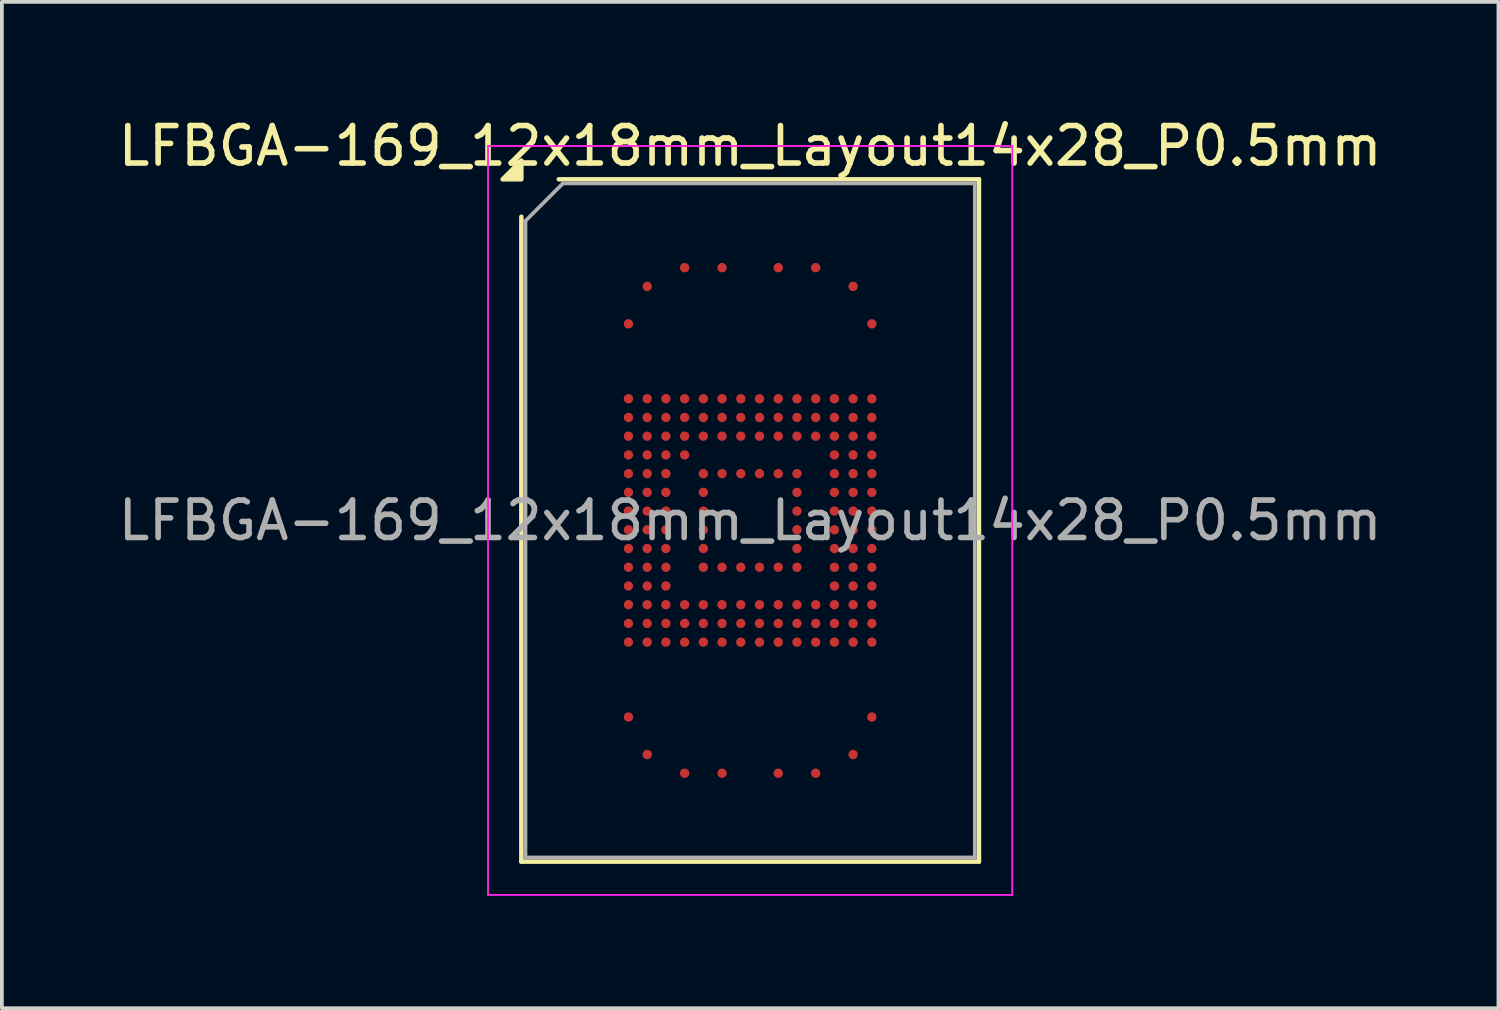
<source format=kicad_pcb>
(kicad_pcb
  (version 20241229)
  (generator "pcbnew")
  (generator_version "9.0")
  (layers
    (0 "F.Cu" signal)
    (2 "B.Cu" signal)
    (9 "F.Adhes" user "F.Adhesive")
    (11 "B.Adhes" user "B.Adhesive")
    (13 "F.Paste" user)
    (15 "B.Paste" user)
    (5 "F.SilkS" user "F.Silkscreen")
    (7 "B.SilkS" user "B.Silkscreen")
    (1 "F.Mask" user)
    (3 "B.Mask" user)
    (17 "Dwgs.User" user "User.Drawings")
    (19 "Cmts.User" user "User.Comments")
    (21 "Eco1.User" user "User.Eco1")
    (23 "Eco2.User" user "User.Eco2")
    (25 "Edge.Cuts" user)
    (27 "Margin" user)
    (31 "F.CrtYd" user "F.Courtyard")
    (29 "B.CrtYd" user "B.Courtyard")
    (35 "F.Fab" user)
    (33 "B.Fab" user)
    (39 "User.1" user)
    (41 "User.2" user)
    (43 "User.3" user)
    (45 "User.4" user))
  (footprint "LFBGA-169_12x18mm_Layout14x28_P0.5mm"
    (layer "F.Cu")
    (at 16.982 10.848)
    (property "Reference" "LFBGA-169_12x18mm_Layout14x28_P0.5mm" (at 0 -10 0) (layer "F.SilkS") (effects (font (size 1 1) (thickness 0.15))))
    (attr smd)
    (fp_line (start -6.11 9.11) (end -6.11 -8.11) (stroke (width 0.12) (type solid)) (layer "F.SilkS"))
    (fp_line (start -5.11 -9.11) (end 6.11 -9.11) (stroke (width 0.12) (type solid)) (layer "F.SilkS"))
    (fp_line (start 6.11 -9.11) (end 6.11 9.11) (stroke (width 0.12) (type solid)) (layer "F.SilkS"))
    (fp_line (start 6.11 9.11) (end -6.11 9.11) (stroke (width 0.12) (type solid)) (layer "F.SilkS"))
    (fp_poly (pts (xy -6.11 -9.11) (xy -6.61 -9.11) (xy -6.11 -9.61)) (stroke (width 0.12) (type solid)) (fill yes) (layer "F.SilkS"))
    (fp_line (start -7 -10) (end -7 10) (stroke (width 0.05) (type solid)) (layer "F.CrtYd"))
    (fp_line (start -7 10) (end 7 10) (stroke (width 0.05) (type solid)) (layer "F.CrtYd"))
    (fp_line (start 7 -10) (end -7 -10) (stroke (width 0.05) (type solid)) (layer "F.CrtYd"))
    (fp_line (start 7 10) (end 7 -10) (stroke (width 0.05) (type solid)) (layer "F.CrtYd"))
    (fp_line (start -6 -8) (end -5 -9) (stroke (width 0.1) (type solid)) (layer "F.Fab"))
    (fp_line (start -6 9) (end -6 -8) (stroke (width 0.1) (type solid)) (layer "F.Fab"))
    (fp_line (start -5 -9) (end 6 -9) (stroke (width 0.1) (type solid)) (layer "F.Fab"))
    (fp_line (start 6 -9) (end 6 9) (stroke (width 0.1) (type solid)) (layer "F.Fab"))
    (fp_line (start 6 9) (end -6 9) (stroke (width 0.1) (type solid)) (layer "F.Fab"))
    (fp_text user "${REFERENCE}" (at 0 0 0) (layer "F.Fab") (effects (font (size 1 1) (thickness 0.15))))
    (pad "A4" smd circle (at -1.75 -6.75) (size 0.25 0.25) (property pad_prop_bga) (layers "F.Cu" "F.Mask" "F.Paste"))
    (pad "A6" smd circle (at -0.75 -6.75) (size 0.25 0.25) (property pad_prop_bga) (layers "F.Cu" "F.Mask" "F.Paste"))
    (pad "A9" smd circle (at 0.75 -6.75) (size 0.25 0.25) (property pad_prop_bga) (layers "F.Cu" "F.Mask" "F.Paste"))
    (pad "A11" smd circle (at 1.75 -6.75) (size 0.25 0.25) (property pad_prop_bga) (layers "F.Cu" "F.Mask" "F.Paste"))
    (pad "AA1" smd circle (at -3.25 3.25) (size 0.25 0.25) (property pad_prop_bga) (layers "F.Cu" "F.Mask" "F.Paste"))
    (pad "AA2" smd circle (at -2.75 3.25) (size 0.25 0.25) (property pad_prop_bga) (layers "F.Cu" "F.Mask" "F.Paste"))
    (pad "AA3" smd circle (at -2.25 3.25) (size 0.25 0.25) (property pad_prop_bga) (layers "F.Cu" "F.Mask" "F.Paste"))
    (pad "AA4" smd circle (at -1.75 3.25) (size 0.25 0.25) (property pad_prop_bga) (layers "F.Cu" "F.Mask" "F.Paste"))
    (pad "AA5" smd circle (at -1.25 3.25) (size 0.25 0.25) (property pad_prop_bga) (layers "F.Cu" "F.Mask" "F.Paste"))
    (pad "AA6" smd circle (at -0.75 3.25) (size 0.25 0.25) (property pad_prop_bga) (layers "F.Cu" "F.Mask" "F.Paste"))
    (pad "AA7" smd circle (at -0.25 3.25) (size 0.25 0.25) (property pad_prop_bga) (layers "F.Cu" "F.Mask" "F.Paste"))
    (pad "AA8" smd circle (at 0.25 3.25) (size 0.25 0.25) (property pad_prop_bga) (layers "F.Cu" "F.Mask" "F.Paste"))
    (pad "AA9" smd circle (at 0.75 3.25) (size 0.25 0.25) (property pad_prop_bga) (layers "F.Cu" "F.Mask" "F.Paste"))
    (pad "AA10" smd circle (at 1.25 3.25) (size 0.25 0.25) (property pad_prop_bga) (layers "F.Cu" "F.Mask" "F.Paste"))
    (pad "AA11" smd circle (at 1.75 3.25) (size 0.25 0.25) (property pad_prop_bga) (layers "F.Cu" "F.Mask" "F.Paste"))
    (pad "AA12" smd circle (at 2.25 3.25) (size 0.25 0.25) (property pad_prop_bga) (layers "F.Cu" "F.Mask" "F.Paste"))
    (pad "AA13" smd circle (at 2.75 3.25) (size 0.25 0.25) (property pad_prop_bga) (layers "F.Cu" "F.Mask" "F.Paste"))
    (pad "AA14" smd circle (at 3.25 3.25) (size 0.25 0.25) (property pad_prop_bga) (layers "F.Cu" "F.Mask" "F.Paste"))
    (pad "AE1" smd circle (at -3.25 5.25) (size 0.25 0.25) (property pad_prop_bga) (layers "F.Cu" "F.Mask" "F.Paste"))
    (pad "AE14" smd circle (at 3.25 5.25) (size 0.25 0.25) (property pad_prop_bga) (layers "F.Cu" "F.Mask" "F.Paste"))
    (pad "AG2" smd circle (at -2.75 6.25) (size 0.25 0.25) (property pad_prop_bga) (layers "F.Cu" "F.Mask" "F.Paste"))
    (pad "AG13" smd circle (at 2.75 6.25) (size 0.25 0.25) (property pad_prop_bga) (layers "F.Cu" "F.Mask" "F.Paste"))
    (pad "AH4" smd circle (at -1.75 6.75) (size 0.25 0.25) (property pad_prop_bga) (layers "F.Cu" "F.Mask" "F.Paste"))
    (pad "AH6" smd circle (at -0.75 6.75) (size 0.25 0.25) (property pad_prop_bga) (layers "F.Cu" "F.Mask" "F.Paste"))
    (pad "AH9" smd circle (at 0.75 6.75) (size 0.25 0.25) (property pad_prop_bga) (layers "F.Cu" "F.Mask" "F.Paste"))
    (pad "AH11" smd circle (at 1.75 6.75) (size 0.25 0.25) (property pad_prop_bga) (layers "F.Cu" "F.Mask" "F.Paste"))
    (pad "B2" smd circle (at -2.75 -6.25) (size 0.25 0.25) (property pad_prop_bga) (layers "F.Cu" "F.Mask" "F.Paste"))
    (pad "B13" smd circle (at 2.75 -6.25) (size 0.25 0.25) (property pad_prop_bga) (layers "F.Cu" "F.Mask" "F.Paste"))
    (pad "D1" smd circle (at -3.25 -5.25) (size 0.25 0.25) (property pad_prop_bga) (layers "F.Cu" "F.Mask" "F.Paste"))
    (pad "D14" smd circle (at 3.25 -5.25) (size 0.25 0.25) (property pad_prop_bga) (layers "F.Cu" "F.Mask" "F.Paste"))
    (pad "H1" smd circle (at -3.25 -3.25) (size 0.25 0.25) (property pad_prop_bga) (layers "F.Cu" "F.Mask" "F.Paste"))
    (pad "H2" smd circle (at -2.75 -3.25) (size 0.25 0.25) (property pad_prop_bga) (layers "F.Cu" "F.Mask" "F.Paste"))
    (pad "H3" smd circle (at -2.25 -3.25) (size 0.25 0.25) (property pad_prop_bga) (layers "F.Cu" "F.Mask" "F.Paste"))
    (pad "H4" smd circle (at -1.75 -3.25) (size 0.25 0.25) (property pad_prop_bga) (layers "F.Cu" "F.Mask" "F.Paste"))
    (pad "H5" smd circle (at -1.25 -3.25) (size 0.25 0.25) (property pad_prop_bga) (layers "F.Cu" "F.Mask" "F.Paste"))
    (pad "H6" smd circle (at -0.75 -3.25) (size 0.25 0.25) (property pad_prop_bga) (layers "F.Cu" "F.Mask" "F.Paste"))
    (pad "H7" smd circle (at -0.25 -3.25) (size 0.25 0.25) (property pad_prop_bga) (layers "F.Cu" "F.Mask" "F.Paste"))
    (pad "H8" smd circle (at 0.25 -3.25) (size 0.25 0.25) (property pad_prop_bga) (layers "F.Cu" "F.Mask" "F.Paste"))
    (pad "H9" smd circle (at 0.75 -3.25) (size 0.25 0.25) (property pad_prop_bga) (layers "F.Cu" "F.Mask" "F.Paste"))
    (pad "H10" smd circle (at 1.25 -3.25) (size 0.25 0.25) (property pad_prop_bga) (layers "F.Cu" "F.Mask" "F.Paste"))
    (pad "H11" smd circle (at 1.75 -3.25) (size 0.25 0.25) (property pad_prop_bga) (layers "F.Cu" "F.Mask" "F.Paste"))
    (pad "H12" smd circle (at 2.25 -3.25) (size 0.25 0.25) (property pad_prop_bga) (layers "F.Cu" "F.Mask" "F.Paste"))
    (pad "H13" smd circle (at 2.75 -3.25) (size 0.25 0.25) (property pad_prop_bga) (layers "F.Cu" "F.Mask" "F.Paste"))
    (pad "H14" smd circle (at 3.25 -3.25) (size 0.25 0.25) (property pad_prop_bga) (layers "F.Cu" "F.Mask" "F.Paste"))
    (pad "J1" smd circle (at -3.25 -2.75) (size 0.25 0.25) (property pad_prop_bga) (layers "F.Cu" "F.Mask" "F.Paste"))
    (pad "J2" smd circle (at -2.75 -2.75) (size 0.25 0.25) (property pad_prop_bga) (layers "F.Cu" "F.Mask" "F.Paste"))
    (pad "J3" smd circle (at -2.25 -2.75) (size 0.25 0.25) (property pad_prop_bga) (layers "F.Cu" "F.Mask" "F.Paste"))
    (pad "J4" smd circle (at -1.75 -2.75) (size 0.25 0.25) (property pad_prop_bga) (layers "F.Cu" "F.Mask" "F.Paste"))
    (pad "J5" smd circle (at -1.25 -2.75) (size 0.25 0.25) (property pad_prop_bga) (layers "F.Cu" "F.Mask" "F.Paste"))
    (pad "J6" smd circle (at -0.75 -2.75) (size 0.25 0.25) (property pad_prop_bga) (layers "F.Cu" "F.Mask" "F.Paste"))
    (pad "J7" smd circle (at -0.25 -2.75) (size 0.25 0.25) (property pad_prop_bga) (layers "F.Cu" "F.Mask" "F.Paste"))
    (pad "J8" smd circle (at 0.25 -2.75) (size 0.25 0.25) (property pad_prop_bga) (layers "F.Cu" "F.Mask" "F.Paste"))
    (pad "J9" smd circle (at 0.75 -2.75) (size 0.25 0.25) (property pad_prop_bga) (layers "F.Cu" "F.Mask" "F.Paste"))
    (pad "J10" smd circle (at 1.25 -2.75) (size 0.25 0.25) (property pad_prop_bga) (layers "F.Cu" "F.Mask" "F.Paste"))
    (pad "J11" smd circle (at 1.75 -2.75) (size 0.25 0.25) (property pad_prop_bga) (layers "F.Cu" "F.Mask" "F.Paste"))
    (pad "J12" smd circle (at 2.25 -2.75) (size 0.25 0.25) (property pad_prop_bga) (layers "F.Cu" "F.Mask" "F.Paste"))
    (pad "J13" smd circle (at 2.75 -2.75) (size 0.25 0.25) (property pad_prop_bga) (layers "F.Cu" "F.Mask" "F.Paste"))
    (pad "J14" smd circle (at 3.25 -2.75) (size 0.25 0.25) (property pad_prop_bga) (layers "F.Cu" "F.Mask" "F.Paste"))
    (pad "K1" smd circle (at -3.25 -2.25) (size 0.25 0.25) (property pad_prop_bga) (layers "F.Cu" "F.Mask" "F.Paste"))
    (pad "K2" smd circle (at -2.75 -2.25) (size 0.25 0.25) (property pad_prop_bga) (layers "F.Cu" "F.Mask" "F.Paste"))
    (pad "K3" smd circle (at -2.25 -2.25) (size 0.25 0.25) (property pad_prop_bga) (layers "F.Cu" "F.Mask" "F.Paste"))
    (pad "K4" smd circle (at -1.75 -2.25) (size 0.25 0.25) (property pad_prop_bga) (layers "F.Cu" "F.Mask" "F.Paste"))
    (pad "K5" smd circle (at -1.25 -2.25) (size 0.25 0.25) (property pad_prop_bga) (layers "F.Cu" "F.Mask" "F.Paste"))
    (pad "K6" smd circle (at -0.75 -2.25) (size 0.25 0.25) (property pad_prop_bga) (layers "F.Cu" "F.Mask" "F.Paste"))
    (pad "K7" smd circle (at -0.25 -2.25) (size 0.25 0.25) (property pad_prop_bga) (layers "F.Cu" "F.Mask" "F.Paste"))
    (pad "K8" smd circle (at 0.25 -2.25) (size 0.25 0.25) (property pad_prop_bga) (layers "F.Cu" "F.Mask" "F.Paste"))
    (pad "K9" smd circle (at 0.75 -2.25) (size 0.25 0.25) (property pad_prop_bga) (layers "F.Cu" "F.Mask" "F.Paste"))
    (pad "K10" smd circle (at 1.25 -2.25) (size 0.25 0.25) (property pad_prop_bga) (layers "F.Cu" "F.Mask" "F.Paste"))
    (pad "K11" smd circle (at 1.75 -2.25) (size 0.25 0.25) (property pad_prop_bga) (layers "F.Cu" "F.Mask" "F.Paste"))
    (pad "K12" smd circle (at 2.25 -2.25) (size 0.25 0.25) (property pad_prop_bga) (layers "F.Cu" "F.Mask" "F.Paste"))
    (pad "K13" smd circle (at 2.75 -2.25) (size 0.25 0.25) (property pad_prop_bga) (layers "F.Cu" "F.Mask" "F.Paste"))
    (pad "K14" smd circle (at 3.25 -2.25) (size 0.25 0.25) (property pad_prop_bga) (layers "F.Cu" "F.Mask" "F.Paste"))
    (pad "L1" smd circle (at -3.25 -1.75) (size 0.25 0.25) (property pad_prop_bga) (layers "F.Cu" "F.Mask" "F.Paste"))
    (pad "L2" smd circle (at -2.75 -1.75) (size 0.25 0.25) (property pad_prop_bga) (layers "F.Cu" "F.Mask" "F.Paste"))
    (pad "L3" smd circle (at -2.25 -1.75) (size 0.25 0.25) (property pad_prop_bga) (layers "F.Cu" "F.Mask" "F.Paste"))
    (pad "L4" smd circle (at -1.75 -1.75) (size 0.25 0.25) (property pad_prop_bga) (layers "F.Cu" "F.Mask" "F.Paste"))
    (pad "L12" smd circle (at 2.25 -1.75) (size 0.25 0.25) (property pad_prop_bga) (layers "F.Cu" "F.Mask" "F.Paste"))
    (pad "L13" smd circle (at 2.75 -1.75) (size 0.25 0.25) (property pad_prop_bga) (layers "F.Cu" "F.Mask" "F.Paste"))
    (pad "L14" smd circle (at 3.25 -1.75) (size 0.25 0.25) (property pad_prop_bga) (layers "F.Cu" "F.Mask" "F.Paste"))
    (pad "M1" smd circle (at -3.25 -1.25) (size 0.25 0.25) (property pad_prop_bga) (layers "F.Cu" "F.Mask" "F.Paste"))
    (pad "M2" smd circle (at -2.75 -1.25) (size 0.25 0.25) (property pad_prop_bga) (layers "F.Cu" "F.Mask" "F.Paste"))
    (pad "M3" smd circle (at -2.25 -1.25) (size 0.25 0.25) (property pad_prop_bga) (layers "F.Cu" "F.Mask" "F.Paste"))
    (pad "M5" smd circle (at -1.25 -1.25) (size 0.25 0.25) (property pad_prop_bga) (layers "F.Cu" "F.Mask" "F.Paste"))
    (pad "M6" smd circle (at -0.75 -1.25) (size 0.25 0.25) (property pad_prop_bga) (layers "F.Cu" "F.Mask" "F.Paste"))
    (pad "M7" smd circle (at -0.25 -1.25) (size 0.25 0.25) (property pad_prop_bga) (layers "F.Cu" "F.Mask" "F.Paste"))
    (pad "M8" smd circle (at 0.25 -1.25) (size 0.25 0.25) (property pad_prop_bga) (layers "F.Cu" "F.Mask" "F.Paste"))
    (pad "M9" smd circle (at 0.75 -1.25) (size 0.25 0.25) (property pad_prop_bga) (layers "F.Cu" "F.Mask" "F.Paste"))
    (pad "M10" smd circle (at 1.25 -1.25) (size 0.25 0.25) (property pad_prop_bga) (layers "F.Cu" "F.Mask" "F.Paste"))
    (pad "M12" smd circle (at 2.25 -1.25) (size 0.25 0.25) (property pad_prop_bga) (layers "F.Cu" "F.Mask" "F.Paste"))
    (pad "M13" smd circle (at 2.75 -1.25) (size 0.25 0.25) (property pad_prop_bga) (layers "F.Cu" "F.Mask" "F.Paste"))
    (pad "M14" smd circle (at 3.25 -1.25) (size 0.25 0.25) (property pad_prop_bga) (layers "F.Cu" "F.Mask" "F.Paste"))
    (pad "N1" smd circle (at -3.25 -0.75) (size 0.25 0.25) (property pad_prop_bga) (layers "F.Cu" "F.Mask" "F.Paste"))
    (pad "N2" smd circle (at -2.75 -0.75) (size 0.25 0.25) (property pad_prop_bga) (layers "F.Cu" "F.Mask" "F.Paste"))
    (pad "N3" smd circle (at -2.25 -0.75) (size 0.25 0.25) (property pad_prop_bga) (layers "F.Cu" "F.Mask" "F.Paste"))
    (pad "N5" smd circle (at -1.25 -0.75) (size 0.25 0.25) (property pad_prop_bga) (layers "F.Cu" "F.Mask" "F.Paste"))
    (pad "N10" smd circle (at 1.25 -0.75) (size 0.25 0.25) (property pad_prop_bga) (layers "F.Cu" "F.Mask" "F.Paste"))
    (pad "N12" smd circle (at 2.25 -0.75) (size 0.25 0.25) (property pad_prop_bga) (layers "F.Cu" "F.Mask" "F.Paste"))
    (pad "N13" smd circle (at 2.75 -0.75) (size 0.25 0.25) (property pad_prop_bga) (layers "F.Cu" "F.Mask" "F.Paste"))
    (pad "N14" smd circle (at 3.25 -0.75) (size 0.25 0.25) (property pad_prop_bga) (layers "F.Cu" "F.Mask" "F.Paste"))
    (pad "P1" smd circle (at -3.25 -0.25) (size 0.25 0.25) (property pad_prop_bga) (layers "F.Cu" "F.Mask" "F.Paste"))
    (pad "P2" smd circle (at -2.75 -0.25) (size 0.25 0.25) (property pad_prop_bga) (layers "F.Cu" "F.Mask" "F.Paste"))
    (pad "P3" smd circle (at -2.25 -0.25) (size 0.25 0.25) (property pad_prop_bga) (layers "F.Cu" "F.Mask" "F.Paste"))
    (pad "P5" smd circle (at -1.25 -0.25) (size 0.25 0.25) (property pad_prop_bga) (layers "F.Cu" "F.Mask" "F.Paste"))
    (pad "P10" smd circle (at 1.25 -0.25) (size 0.25 0.25) (property pad_prop_bga) (layers "F.Cu" "F.Mask" "F.Paste"))
    (pad "P12" smd circle (at 2.25 -0.25) (size 0.25 0.25) (property pad_prop_bga) (layers "F.Cu" "F.Mask" "F.Paste"))
    (pad "P13" smd circle (at 2.75 -0.25) (size 0.25 0.25) (property pad_prop_bga) (layers "F.Cu" "F.Mask" "F.Paste"))
    (pad "P14" smd circle (at 3.25 -0.25) (size 0.25 0.25) (property pad_prop_bga) (layers "F.Cu" "F.Mask" "F.Paste"))
    (pad "R1" smd circle (at -3.25 0.25) (size 0.25 0.25) (property pad_prop_bga) (layers "F.Cu" "F.Mask" "F.Paste"))
    (pad "R2" smd circle (at -2.75 0.25) (size 0.25 0.25) (property pad_prop_bga) (layers "F.Cu" "F.Mask" "F.Paste"))
    (pad "R3" smd circle (at -2.25 0.25) (size 0.25 0.25) (property pad_prop_bga) (layers "F.Cu" "F.Mask" "F.Paste"))
    (pad "R5" smd circle (at -1.25 0.25) (size 0.25 0.25) (property pad_prop_bga) (layers "F.Cu" "F.Mask" "F.Paste"))
    (pad "R10" smd circle (at 1.25 0.25) (size 0.25 0.25) (property pad_prop_bga) (layers "F.Cu" "F.Mask" "F.Paste"))
    (pad "R12" smd circle (at 2.25 0.25) (size 0.25 0.25) (property pad_prop_bga) (layers "F.Cu" "F.Mask" "F.Paste"))
    (pad "R13" smd circle (at 2.75 0.25) (size 0.25 0.25) (property pad_prop_bga) (layers "F.Cu" "F.Mask" "F.Paste"))
    (pad "R14" smd circle (at 3.25 0.25) (size 0.25 0.25) (property pad_prop_bga) (layers "F.Cu" "F.Mask" "F.Paste"))
    (pad "T1" smd circle (at -3.25 0.75) (size 0.25 0.25) (property pad_prop_bga) (layers "F.Cu" "F.Mask" "F.Paste"))
    (pad "T2" smd circle (at -2.75 0.75) (size 0.25 0.25) (property pad_prop_bga) (layers "F.Cu" "F.Mask" "F.Paste"))
    (pad "T3" smd circle (at -2.25 0.75) (size 0.25 0.25) (property pad_prop_bga) (layers "F.Cu" "F.Mask" "F.Paste"))
    (pad "T5" smd circle (at -1.25 0.75) (size 0.25 0.25) (property pad_prop_bga) (layers "F.Cu" "F.Mask" "F.Paste"))
    (pad "T10" smd circle (at 1.25 0.75) (size 0.25 0.25) (property pad_prop_bga) (layers "F.Cu" "F.Mask" "F.Paste"))
    (pad "T12" smd circle (at 2.25 0.75) (size 0.25 0.25) (property pad_prop_bga) (layers "F.Cu" "F.Mask" "F.Paste"))
    (pad "T13" smd circle (at 2.75 0.75) (size 0.25 0.25) (property pad_prop_bga) (layers "F.Cu" "F.Mask" "F.Paste"))
    (pad "T14" smd circle (at 3.25 0.75) (size 0.25 0.25) (property pad_prop_bga) (layers "F.Cu" "F.Mask" "F.Paste"))
    (pad "U1" smd circle (at -3.25 1.25) (size 0.25 0.25) (property pad_prop_bga) (layers "F.Cu" "F.Mask" "F.Paste"))
    (pad "U2" smd circle (at -2.75 1.25) (size 0.25 0.25) (property pad_prop_bga) (layers "F.Cu" "F.Mask" "F.Paste"))
    (pad "U3" smd circle (at -2.25 1.25) (size 0.25 0.25) (property pad_prop_bga) (layers "F.Cu" "F.Mask" "F.Paste"))
    (pad "U5" smd circle (at -1.25 1.25) (size 0.25 0.25) (property pad_prop_bga) (layers "F.Cu" "F.Mask" "F.Paste"))
    (pad "U6" smd circle (at -0.75 1.25) (size 0.25 0.25) (property pad_prop_bga) (layers "F.Cu" "F.Mask" "F.Paste"))
    (pad "U7" smd circle (at -0.25 1.25) (size 0.25 0.25) (property pad_prop_bga) (layers "F.Cu" "F.Mask" "F.Paste"))
    (pad "U8" smd circle (at 0.25 1.25) (size 0.25 0.25) (property pad_prop_bga) (layers "F.Cu" "F.Mask" "F.Paste"))
    (pad "U9" smd circle (at 0.75 1.25) (size 0.25 0.25) (property pad_prop_bga) (layers "F.Cu" "F.Mask" "F.Paste"))
    (pad "U10" smd circle (at 1.25 1.25) (size 0.25 0.25) (property pad_prop_bga) (layers "F.Cu" "F.Mask" "F.Paste"))
    (pad "U12" smd circle (at 2.25 1.25) (size 0.25 0.25) (property pad_prop_bga) (layers "F.Cu" "F.Mask" "F.Paste"))
    (pad "U13" smd circle (at 2.75 1.25) (size 0.25 0.25) (property pad_prop_bga) (layers "F.Cu" "F.Mask" "F.Paste"))
    (pad "U14" smd circle (at 3.25 1.25) (size 0.25 0.25) (property pad_prop_bga) (layers "F.Cu" "F.Mask" "F.Paste"))
    (pad "V1" smd circle (at -3.25 1.75) (size 0.25 0.25) (property pad_prop_bga) (layers "F.Cu" "F.Mask" "F.Paste"))
    (pad "V2" smd circle (at -2.75 1.75) (size 0.25 0.25) (property pad_prop_bga) (layers "F.Cu" "F.Mask" "F.Paste"))
    (pad "V3" smd circle (at -2.25 1.75) (size 0.25 0.25) (property pad_prop_bga) (layers "F.Cu" "F.Mask" "F.Paste"))
    (pad "V12" smd circle (at 2.25 1.75) (size 0.25 0.25) (property pad_prop_bga) (layers "F.Cu" "F.Mask" "F.Paste"))
    (pad "V13" smd circle (at 2.75 1.75) (size 0.25 0.25) (property pad_prop_bga) (layers "F.Cu" "F.Mask" "F.Paste"))
    (pad "V14" smd circle (at 3.25 1.75) (size 0.25 0.25) (property pad_prop_bga) (layers "F.Cu" "F.Mask" "F.Paste"))
    (pad "W1" smd circle (at -3.25 2.25) (size 0.25 0.25) (property pad_prop_bga) (layers "F.Cu" "F.Mask" "F.Paste"))
    (pad "W2" smd circle (at -2.75 2.25) (size 0.25 0.25) (property pad_prop_bga) (layers "F.Cu" "F.Mask" "F.Paste"))
    (pad "W3" smd circle (at -2.25 2.25) (size 0.25 0.25) (property pad_prop_bga) (layers "F.Cu" "F.Mask" "F.Paste"))
    (pad "W4" smd circle (at -1.75 2.25) (size 0.25 0.25) (property pad_prop_bga) (layers "F.Cu" "F.Mask" "F.Paste"))
    (pad "W5" smd circle (at -1.25 2.25) (size 0.25 0.25) (property pad_prop_bga) (layers "F.Cu" "F.Mask" "F.Paste"))
    (pad "W6" smd circle (at -0.75 2.25) (size 0.25 0.25) (property pad_prop_bga) (layers "F.Cu" "F.Mask" "F.Paste"))
    (pad "W7" smd circle (at -0.25 2.25) (size 0.25 0.25) (property pad_prop_bga) (layers "F.Cu" "F.Mask" "F.Paste"))
    (pad "W8" smd circle (at 0.25 2.25) (size 0.25 0.25) (property pad_prop_bga) (layers "F.Cu" "F.Mask" "F.Paste"))
    (pad "W9" smd circle (at 0.75 2.25) (size 0.25 0.25) (property pad_prop_bga) (layers "F.Cu" "F.Mask" "F.Paste"))
    (pad "W10" smd circle (at 1.25 2.25) (size 0.25 0.25) (property pad_prop_bga) (layers "F.Cu" "F.Mask" "F.Paste"))
    (pad "W11" smd circle (at 1.75 2.25) (size 0.25 0.25) (property pad_prop_bga) (layers "F.Cu" "F.Mask" "F.Paste"))
    (pad "W12" smd circle (at 2.25 2.25) (size 0.25 0.25) (property pad_prop_bga) (layers "F.Cu" "F.Mask" "F.Paste"))
    (pad "W13" smd circle (at 2.75 2.25) (size 0.25 0.25) (property pad_prop_bga) (layers "F.Cu" "F.Mask" "F.Paste"))
    (pad "W14" smd circle (at 3.25 2.25) (size 0.25 0.25) (property pad_prop_bga) (layers "F.Cu" "F.Mask" "F.Paste"))
    (pad "Y1" smd circle (at -3.25 2.75) (size 0.25 0.25) (property pad_prop_bga) (layers "F.Cu" "F.Mask" "F.Paste"))
    (pad "Y2" smd circle (at -2.75 2.75) (size 0.25 0.25) (property pad_prop_bga) (layers "F.Cu" "F.Mask" "F.Paste"))
    (pad "Y3" smd circle (at -2.25 2.75) (size 0.25 0.25) (property pad_prop_bga) (layers "F.Cu" "F.Mask" "F.Paste"))
    (pad "Y4" smd circle (at -1.75 2.75) (size 0.25 0.25) (property pad_prop_bga) (layers "F.Cu" "F.Mask" "F.Paste"))
    (pad "Y5" smd circle (at -1.25 2.75) (size 0.25 0.25) (property pad_prop_bga) (layers "F.Cu" "F.Mask" "F.Paste"))
    (pad "Y6" smd circle (at -0.75 2.75) (size 0.25 0.25) (property pad_prop_bga) (layers "F.Cu" "F.Mask" "F.Paste"))
    (pad "Y7" smd circle (at -0.25 2.75) (size 0.25 0.25) (property pad_prop_bga) (layers "F.Cu" "F.Mask" "F.Paste"))
    (pad "Y8" smd circle (at 0.25 2.75) (size 0.25 0.25) (property pad_prop_bga) (layers "F.Cu" "F.Mask" "F.Paste"))
    (pad "Y9" smd circle (at 0.75 2.75) (size 0.25 0.25) (property pad_prop_bga) (layers "F.Cu" "F.Mask" "F.Paste"))
    (pad "Y10" smd circle (at 1.25 2.75) (size 0.25 0.25) (property pad_prop_bga) (layers "F.Cu" "F.Mask" "F.Paste"))
    (pad "Y11" smd circle (at 1.75 2.75) (size 0.25 0.25) (property pad_prop_bga) (layers "F.Cu" "F.Mask" "F.Paste"))
    (pad "Y12" smd circle (at 2.25 2.75) (size 0.25 0.25) (property pad_prop_bga) (layers "F.Cu" "F.Mask" "F.Paste"))
    (pad "Y13" smd circle (at 2.75 2.75) (size 0.25 0.25) (property pad_prop_bga) (layers "F.Cu" "F.Mask" "F.Paste"))
    (pad "Y14" smd circle (at 3.25 2.75) (size 0.25 0.25) (property pad_prop_bga) (layers "F.Cu" "F.Mask" "F.Paste")))
  (gr_rect
    (start -3 -3)
    (end 36.964 23.873)
    (stroke (width 0.1) (type default))
    (fill no)
    (layer "Edge.Cuts")))
</source>
